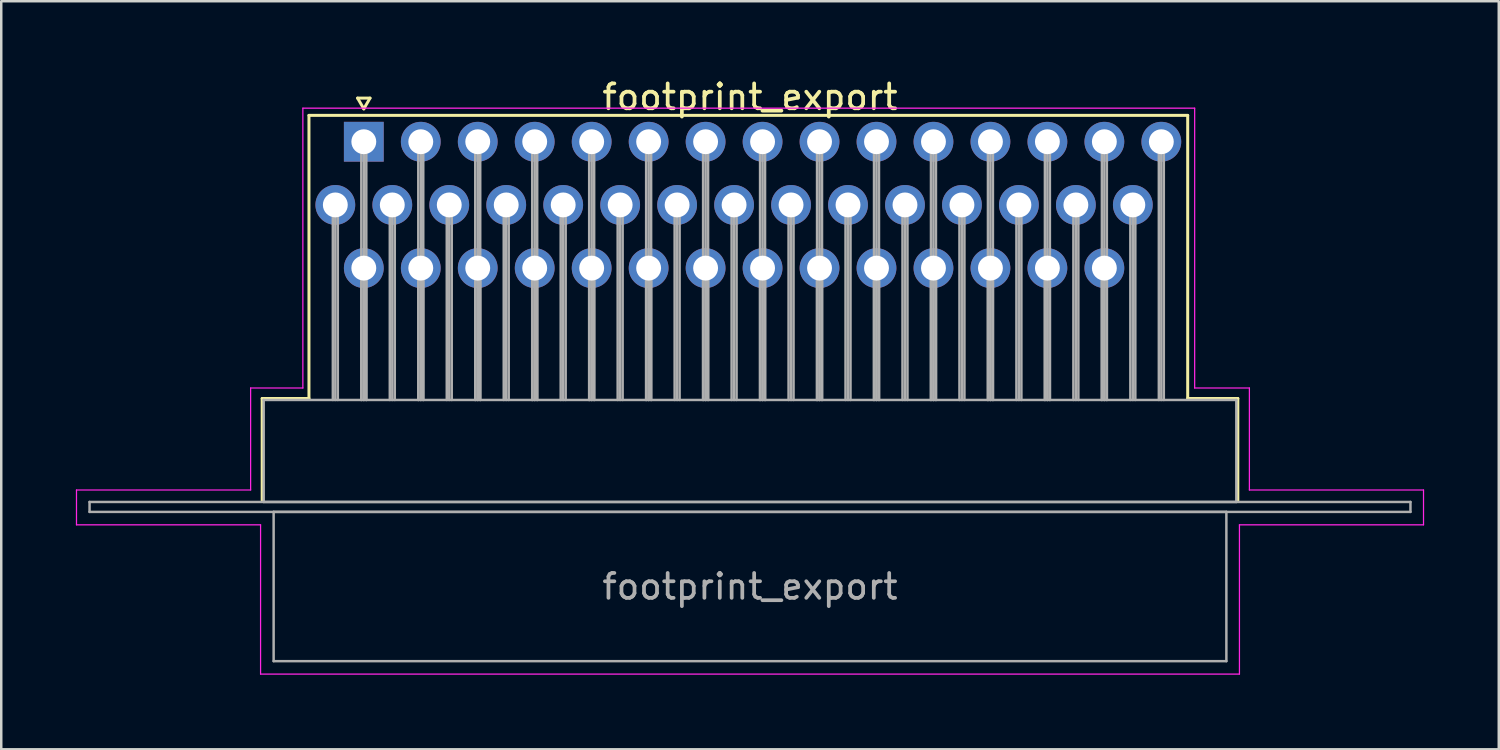
<source format=kicad_pcb>
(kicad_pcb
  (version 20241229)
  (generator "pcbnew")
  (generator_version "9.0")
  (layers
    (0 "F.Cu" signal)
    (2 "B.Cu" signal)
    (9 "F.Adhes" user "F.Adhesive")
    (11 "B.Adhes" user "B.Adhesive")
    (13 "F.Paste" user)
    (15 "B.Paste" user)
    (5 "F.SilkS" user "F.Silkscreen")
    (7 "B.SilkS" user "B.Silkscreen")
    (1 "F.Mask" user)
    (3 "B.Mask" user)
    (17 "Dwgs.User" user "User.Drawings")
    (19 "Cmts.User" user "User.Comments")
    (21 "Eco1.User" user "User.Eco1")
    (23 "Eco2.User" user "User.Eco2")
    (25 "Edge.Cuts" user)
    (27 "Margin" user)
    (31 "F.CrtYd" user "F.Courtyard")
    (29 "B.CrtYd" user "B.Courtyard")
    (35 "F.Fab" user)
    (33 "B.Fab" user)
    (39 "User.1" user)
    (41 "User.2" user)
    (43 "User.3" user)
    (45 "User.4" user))
  (footprint "footprint_export"
    (layer "F.Cu")
    (at 11.575 2.648)
    (property "Reference" "footprint_export" (at 15.525 -1.8 0) (layer "F.SilkS") (effects (font (size 1 1) (thickness 0.15))))
    (attr through_hole)
    (fp_line (start -4.085 10.32) (end -2.205 10.32) (stroke (width 0.12) (type solid)) (layer "F.SilkS"))
    (fp_line (start -4.085 14.42) (end -4.085 10.32) (stroke (width 0.12) (type solid)) (layer "F.SilkS"))
    (fp_line (start -2.205 -1.06) (end 33.12 -1.06) (stroke (width 0.12) (type solid)) (layer "F.SilkS"))
    (fp_line (start -2.205 10.32) (end -2.205 -1.06) (stroke (width 0.12) (type solid)) (layer "F.SilkS"))
    (fp_line (start -0.25 -1.754) (end 0.25 -1.754) (stroke (width 0.12) (type solid)) (layer "F.SilkS"))
    (fp_line (start 0 -1.321) (end -0.25 -1.754) (stroke (width 0.12) (type solid)) (layer "F.SilkS"))
    (fp_line (start 0.25 -1.754) (end 0 -1.321) (stroke (width 0.12) (type solid)) (layer "F.SilkS"))
    (fp_line (start 33.12 -1.06) (end 33.12 10.32) (stroke (width 0.12) (type solid)) (layer "F.SilkS"))
    (fp_line (start 33.12 10.32) (end 35.135 10.32) (stroke (width 0.12) (type solid)) (layer "F.SilkS"))
    (fp_line (start 35.135 10.32) (end 35.135 14.42) (stroke (width 0.12) (type solid)) (layer "F.SilkS"))
    (fp_line (start -11.55 14) (end -4.55 14) (stroke (width 0.05) (type solid)) (layer "F.CrtYd"))
    (fp_line (start -11.55 15.4) (end -11.55 14) (stroke (width 0.05) (type solid)) (layer "F.CrtYd"))
    (fp_line (start -4.55 9.9) (end -2.45 9.9) (stroke (width 0.05) (type solid)) (layer "F.CrtYd"))
    (fp_line (start -4.55 14) (end -4.55 9.9) (stroke (width 0.05) (type solid)) (layer "F.CrtYd"))
    (fp_line (start -4.15 15.4) (end -11.55 15.4) (stroke (width 0.05) (type solid)) (layer "F.CrtYd"))
    (fp_line (start -4.15 21.4) (end -4.15 15.4) (stroke (width 0.05) (type solid)) (layer "F.CrtYd"))
    (fp_line (start -2.45 -1.35) (end 33.4 -1.35) (stroke (width 0.05) (type solid)) (layer "F.CrtYd"))
    (fp_line (start -2.45 9.9) (end -2.45 -1.35) (stroke (width 0.05) (type solid)) (layer "F.CrtYd"))
    (fp_line (start 33.4 -1.35) (end 33.4 9.9) (stroke (width 0.05) (type solid)) (layer "F.CrtYd"))
    (fp_line (start 33.4 9.9) (end 35.6 9.9) (stroke (width 0.05) (type solid)) (layer "F.CrtYd"))
    (fp_line (start 35.2 15.4) (end 35.2 21.4) (stroke (width 0.05) (type solid)) (layer "F.CrtYd"))
    (fp_line (start 35.2 21.4) (end -4.15 21.4) (stroke (width 0.05) (type solid)) (layer "F.CrtYd"))
    (fp_line (start 35.6 9.9) (end 35.6 14) (stroke (width 0.05) (type solid)) (layer "F.CrtYd"))
    (fp_line (start 35.6 14) (end 42.6 14) (stroke (width 0.05) (type solid)) (layer "F.CrtYd"))
    (fp_line (start 42.6 14) (end 42.6 15.4) (stroke (width 0.05) (type solid)) (layer "F.CrtYd"))
    (fp_line (start 42.6 15.4) (end 35.2 15.4) (stroke (width 0.05) (type solid)) (layer "F.CrtYd"))
    (fp_line (start -11.025 14.48) (end -11.025 14.88) (stroke (width 0.1) (type solid)) (layer "F.Fab"))
    (fp_line (start -11.025 14.88) (end 42.075 14.88) (stroke (width 0.1) (type solid)) (layer "F.Fab"))
    (fp_line (start -4.025 10.38) (end -4.025 14.48) (stroke (width 0.1) (type solid)) (layer "F.Fab"))
    (fp_line (start -4.025 14.48) (end 35.075 14.48) (stroke (width 0.1) (type solid)) (layer "F.Fab"))
    (fp_line (start -3.625 14.88) (end -3.625 20.88) (stroke (width 0.1) (type solid)) (layer "F.Fab"))
    (fp_line (start -3.625 20.88) (end 34.675 20.88) (stroke (width 0.1) (type solid)) (layer "F.Fab"))
    (fp_line (start -1.245 2.54) (end -1.245 10.38) (stroke (width 0.1) (type solid)) (layer "F.Fab"))
    (fp_line (start -1.145 2.54) (end -1.145 10.38) (stroke (width 0.1) (type solid)) (layer "F.Fab"))
    (fp_line (start -1.045 2.54) (end -1.045 10.38) (stroke (width 0.1) (type solid)) (layer "F.Fab"))
    (fp_line (start -0.1 0) (end -0.1 10.38) (stroke (width 0.1) (type solid)) (layer "F.Fab"))
    (fp_line (start -0.1 5.08) (end -0.1 10.38) (stroke (width 0.1) (type solid)) (layer "F.Fab"))
    (fp_line (start 0 0) (end 0 10.38) (stroke (width 0.1) (type solid)) (layer "F.Fab"))
    (fp_line (start 0 5.08) (end 0 10.38) (stroke (width 0.1) (type solid)) (layer "F.Fab"))
    (fp_line (start 0.1 0) (end 0.1 10.38) (stroke (width 0.1) (type solid)) (layer "F.Fab"))
    (fp_line (start 0.1 5.08) (end 0.1 10.38) (stroke (width 0.1) (type solid)) (layer "F.Fab"))
    (fp_line (start 1.045 2.54) (end 1.045 10.38) (stroke (width 0.1) (type solid)) (layer "F.Fab"))
    (fp_line (start 1.145 2.54) (end 1.145 10.38) (stroke (width 0.1) (type solid)) (layer "F.Fab"))
    (fp_line (start 1.245 2.54) (end 1.245 10.38) (stroke (width 0.1) (type solid)) (layer "F.Fab"))
    (fp_line (start 2.19 0) (end 2.19 10.38) (stroke (width 0.1) (type solid)) (layer "F.Fab"))
    (fp_line (start 2.19 5.08) (end 2.19 10.38) (stroke (width 0.1) (type solid)) (layer "F.Fab"))
    (fp_line (start 2.29 0) (end 2.29 10.38) (stroke (width 0.1) (type solid)) (layer "F.Fab"))
    (fp_line (start 2.29 5.08) (end 2.29 10.38) (stroke (width 0.1) (type solid)) (layer "F.Fab"))
    (fp_line (start 2.39 0) (end 2.39 10.38) (stroke (width 0.1) (type solid)) (layer "F.Fab"))
    (fp_line (start 2.39 5.08) (end 2.39 10.38) (stroke (width 0.1) (type solid)) (layer "F.Fab"))
    (fp_line (start 3.335 2.54) (end 3.335 10.38) (stroke (width 0.1) (type solid)) (layer "F.Fab"))
    (fp_line (start 3.435 2.54) (end 3.435 10.38) (stroke (width 0.1) (type solid)) (layer "F.Fab"))
    (fp_line (start 3.535 2.54) (end 3.535 10.38) (stroke (width 0.1) (type solid)) (layer "F.Fab"))
    (fp_line (start 4.48 0) (end 4.48 10.38) (stroke (width 0.1) (type solid)) (layer "F.Fab"))
    (fp_line (start 4.48 5.08) (end 4.48 10.38) (stroke (width 0.1) (type solid)) (layer "F.Fab"))
    (fp_line (start 4.58 0) (end 4.58 10.38) (stroke (width 0.1) (type solid)) (layer "F.Fab"))
    (fp_line (start 4.58 5.08) (end 4.58 10.38) (stroke (width 0.1) (type solid)) (layer "F.Fab"))
    (fp_line (start 4.68 0) (end 4.68 10.38) (stroke (width 0.1) (type solid)) (layer "F.Fab"))
    (fp_line (start 4.68 5.08) (end 4.68 10.38) (stroke (width 0.1) (type solid)) (layer "F.Fab"))
    (fp_line (start 5.625 2.54) (end 5.625 10.38) (stroke (width 0.1) (type solid)) (layer "F.Fab"))
    (fp_line (start 5.725 2.54) (end 5.725 10.38) (stroke (width 0.1) (type solid)) (layer "F.Fab"))
    (fp_line (start 5.825 2.54) (end 5.825 10.38) (stroke (width 0.1) (type solid)) (layer "F.Fab"))
    (fp_line (start 6.77 0) (end 6.77 10.38) (stroke (width 0.1) (type solid)) (layer "F.Fab"))
    (fp_line (start 6.77 5.08) (end 6.77 10.38) (stroke (width 0.1) (type solid)) (layer "F.Fab"))
    (fp_line (start 6.87 0) (end 6.87 10.38) (stroke (width 0.1) (type solid)) (layer "F.Fab"))
    (fp_line (start 6.87 5.08) (end 6.87 10.38) (stroke (width 0.1) (type solid)) (layer "F.Fab"))
    (fp_line (start 6.97 0) (end 6.97 10.38) (stroke (width 0.1) (type solid)) (layer "F.Fab"))
    (fp_line (start 6.97 5.08) (end 6.97 10.38) (stroke (width 0.1) (type solid)) (layer "F.Fab"))
    (fp_line (start 7.915 2.54) (end 7.915 10.38) (stroke (width 0.1) (type solid)) (layer "F.Fab"))
    (fp_line (start 8.015 2.54) (end 8.015 10.38) (stroke (width 0.1) (type solid)) (layer "F.Fab"))
    (fp_line (start 8.115 2.54) (end 8.115 10.38) (stroke (width 0.1) (type solid)) (layer "F.Fab"))
    (fp_line (start 9.06 0) (end 9.06 10.38) (stroke (width 0.1) (type solid)) (layer "F.Fab"))
    (fp_line (start 9.06 5.08) (end 9.06 10.38) (stroke (width 0.1) (type solid)) (layer "F.Fab"))
    (fp_line (start 9.16 0) (end 9.16 10.38) (stroke (width 0.1) (type solid)) (layer "F.Fab"))
    (fp_line (start 9.16 5.08) (end 9.16 10.38) (stroke (width 0.1) (type solid)) (layer "F.Fab"))
    (fp_line (start 9.26 0) (end 9.26 10.38) (stroke (width 0.1) (type solid)) (layer "F.Fab"))
    (fp_line (start 9.26 5.08) (end 9.26 10.38) (stroke (width 0.1) (type solid)) (layer "F.Fab"))
    (fp_line (start 10.205 2.54) (end 10.205 10.38) (stroke (width 0.1) (type solid)) (layer "F.Fab"))
    (fp_line (start 10.305 2.54) (end 10.305 10.38) (stroke (width 0.1) (type solid)) (layer "F.Fab"))
    (fp_line (start 10.405 2.54) (end 10.405 10.38) (stroke (width 0.1) (type solid)) (layer "F.Fab"))
    (fp_line (start 11.35 0) (end 11.35 10.38) (stroke (width 0.1) (type solid)) (layer "F.Fab"))
    (fp_line (start 11.35 5.08) (end 11.35 10.38) (stroke (width 0.1) (type solid)) (layer "F.Fab"))
    (fp_line (start 11.45 0) (end 11.45 10.38) (stroke (width 0.1) (type solid)) (layer "F.Fab"))
    (fp_line (start 11.45 5.08) (end 11.45 10.38) (stroke (width 0.1) (type solid)) (layer "F.Fab"))
    (fp_line (start 11.55 0) (end 11.55 10.38) (stroke (width 0.1) (type solid)) (layer "F.Fab"))
    (fp_line (start 11.55 5.08) (end 11.55 10.38) (stroke (width 0.1) (type solid)) (layer "F.Fab"))
    (fp_line (start 12.495 2.54) (end 12.495 10.38) (stroke (width 0.1) (type solid)) (layer "F.Fab"))
    (fp_line (start 12.595 2.54) (end 12.595 10.38) (stroke (width 0.1) (type solid)) (layer "F.Fab"))
    (fp_line (start 12.695 2.54) (end 12.695 10.38) (stroke (width 0.1) (type solid)) (layer "F.Fab"))
    (fp_line (start 13.64 0) (end 13.64 10.38) (stroke (width 0.1) (type solid)) (layer "F.Fab"))
    (fp_line (start 13.64 5.08) (end 13.64 10.38) (stroke (width 0.1) (type solid)) (layer "F.Fab"))
    (fp_line (start 13.74 0) (end 13.74 10.38) (stroke (width 0.1) (type solid)) (layer "F.Fab"))
    (fp_line (start 13.74 5.08) (end 13.74 10.38) (stroke (width 0.1) (type solid)) (layer "F.Fab"))
    (fp_line (start 13.84 0) (end 13.84 10.38) (stroke (width 0.1) (type solid)) (layer "F.Fab"))
    (fp_line (start 13.84 5.08) (end 13.84 10.38) (stroke (width 0.1) (type solid)) (layer "F.Fab"))
    (fp_line (start 14.785 2.54) (end 14.785 10.38) (stroke (width 0.1) (type solid)) (layer "F.Fab"))
    (fp_line (start 14.885 2.54) (end 14.885 10.38) (stroke (width 0.1) (type solid)) (layer "F.Fab"))
    (fp_line (start 14.985 2.54) (end 14.985 10.38) (stroke (width 0.1) (type solid)) (layer "F.Fab"))
    (fp_line (start 15.93 0) (end 15.93 10.38) (stroke (width 0.1) (type solid)) (layer "F.Fab"))
    (fp_line (start 15.93 5.08) (end 15.93 10.38) (stroke (width 0.1) (type solid)) (layer "F.Fab"))
    (fp_line (start 16.03 0) (end 16.03 10.38) (stroke (width 0.1) (type solid)) (layer "F.Fab"))
    (fp_line (start 16.03 5.08) (end 16.03 10.38) (stroke (width 0.1) (type solid)) (layer "F.Fab"))
    (fp_line (start 16.13 0) (end 16.13 10.38) (stroke (width 0.1) (type solid)) (layer "F.Fab"))
    (fp_line (start 16.13 5.08) (end 16.13 10.38) (stroke (width 0.1) (type solid)) (layer "F.Fab"))
    (fp_line (start 17.075 2.54) (end 17.075 10.38) (stroke (width 0.1) (type solid)) (layer "F.Fab"))
    (fp_line (start 17.175 2.54) (end 17.175 10.38) (stroke (width 0.1) (type solid)) (layer "F.Fab"))
    (fp_line (start 17.275 2.54) (end 17.275 10.38) (stroke (width 0.1) (type solid)) (layer "F.Fab"))
    (fp_line (start 18.22 0) (end 18.22 10.38) (stroke (width 0.1) (type solid)) (layer "F.Fab"))
    (fp_line (start 18.22 5.08) (end 18.22 10.38) (stroke (width 0.1) (type solid)) (layer "F.Fab"))
    (fp_line (start 18.32 0) (end 18.32 10.38) (stroke (width 0.1) (type solid)) (layer "F.Fab"))
    (fp_line (start 18.32 5.08) (end 18.32 10.38) (stroke (width 0.1) (type solid)) (layer "F.Fab"))
    (fp_line (start 18.42 0) (end 18.42 10.38) (stroke (width 0.1) (type solid)) (layer "F.Fab"))
    (fp_line (start 18.42 5.08) (end 18.42 10.38) (stroke (width 0.1) (type solid)) (layer "F.Fab"))
    (fp_line (start 19.365 2.54) (end 19.365 10.38) (stroke (width 0.1) (type solid)) (layer "F.Fab"))
    (fp_line (start 19.465 2.54) (end 19.465 10.38) (stroke (width 0.1) (type solid)) (layer "F.Fab"))
    (fp_line (start 19.565 2.54) (end 19.565 10.38) (stroke (width 0.1) (type solid)) (layer "F.Fab"))
    (fp_line (start 20.51 0) (end 20.51 10.38) (stroke (width 0.1) (type solid)) (layer "F.Fab"))
    (fp_line (start 20.51 5.08) (end 20.51 10.38) (stroke (width 0.1) (type solid)) (layer "F.Fab"))
    (fp_line (start 20.61 0) (end 20.61 10.38) (stroke (width 0.1) (type solid)) (layer "F.Fab"))
    (fp_line (start 20.61 5.08) (end 20.61 10.38) (stroke (width 0.1) (type solid)) (layer "F.Fab"))
    (fp_line (start 20.71 0) (end 20.71 10.38) (stroke (width 0.1) (type solid)) (layer "F.Fab"))
    (fp_line (start 20.71 5.08) (end 20.71 10.38) (stroke (width 0.1) (type solid)) (layer "F.Fab"))
    (fp_line (start 21.655 2.54) (end 21.655 10.38) (stroke (width 0.1) (type solid)) (layer "F.Fab"))
    (fp_line (start 21.755 2.54) (end 21.755 10.38) (stroke (width 0.1) (type solid)) (layer "F.Fab"))
    (fp_line (start 21.855 2.54) (end 21.855 10.38) (stroke (width 0.1) (type solid)) (layer "F.Fab"))
    (fp_line (start 22.8 0) (end 22.8 10.38) (stroke (width 0.1) (type solid)) (layer "F.Fab"))
    (fp_line (start 22.8 5.08) (end 22.8 10.38) (stroke (width 0.1) (type solid)) (layer "F.Fab"))
    (fp_line (start 22.9 0) (end 22.9 10.38) (stroke (width 0.1) (type solid)) (layer "F.Fab"))
    (fp_line (start 22.9 5.08) (end 22.9 10.38) (stroke (width 0.1) (type solid)) (layer "F.Fab"))
    (fp_line (start 23 0) (end 23 10.38) (stroke (width 0.1) (type solid)) (layer "F.Fab"))
    (fp_line (start 23 5.08) (end 23 10.38) (stroke (width 0.1) (type solid)) (layer "F.Fab"))
    (fp_line (start 23.945 2.54) (end 23.945 10.38) (stroke (width 0.1) (type solid)) (layer "F.Fab"))
    (fp_line (start 24.045 2.54) (end 24.045 10.38) (stroke (width 0.1) (type solid)) (layer "F.Fab"))
    (fp_line (start 24.145 2.54) (end 24.145 10.38) (stroke (width 0.1) (type solid)) (layer "F.Fab"))
    (fp_line (start 25.09 0) (end 25.09 10.38) (stroke (width 0.1) (type solid)) (layer "F.Fab"))
    (fp_line (start 25.09 5.08) (end 25.09 10.38) (stroke (width 0.1) (type solid)) (layer "F.Fab"))
    (fp_line (start 25.19 0) (end 25.19 10.38) (stroke (width 0.1) (type solid)) (layer "F.Fab"))
    (fp_line (start 25.19 5.08) (end 25.19 10.38) (stroke (width 0.1) (type solid)) (layer "F.Fab"))
    (fp_line (start 25.29 0) (end 25.29 10.38) (stroke (width 0.1) (type solid)) (layer "F.Fab"))
    (fp_line (start 25.29 5.08) (end 25.29 10.38) (stroke (width 0.1) (type solid)) (layer "F.Fab"))
    (fp_line (start 26.235 2.54) (end 26.235 10.38) (stroke (width 0.1) (type solid)) (layer "F.Fab"))
    (fp_line (start 26.335 2.54) (end 26.335 10.38) (stroke (width 0.1) (type solid)) (layer "F.Fab"))
    (fp_line (start 26.435 2.54) (end 26.435 10.38) (stroke (width 0.1) (type solid)) (layer "F.Fab"))
    (fp_line (start 27.38 0) (end 27.38 10.38) (stroke (width 0.1) (type solid)) (layer "F.Fab"))
    (fp_line (start 27.38 5.08) (end 27.38 10.38) (stroke (width 0.1) (type solid)) (layer "F.Fab"))
    (fp_line (start 27.48 0) (end 27.48 10.38) (stroke (width 0.1) (type solid)) (layer "F.Fab"))
    (fp_line (start 27.48 5.08) (end 27.48 10.38) (stroke (width 0.1) (type solid)) (layer "F.Fab"))
    (fp_line (start 27.58 0) (end 27.58 10.38) (stroke (width 0.1) (type solid)) (layer "F.Fab"))
    (fp_line (start 27.58 5.08) (end 27.58 10.38) (stroke (width 0.1) (type solid)) (layer "F.Fab"))
    (fp_line (start 28.525 2.54) (end 28.525 10.38) (stroke (width 0.1) (type solid)) (layer "F.Fab"))
    (fp_line (start 28.625 2.54) (end 28.625 10.38) (stroke (width 0.1) (type solid)) (layer "F.Fab"))
    (fp_line (start 28.725 2.54) (end 28.725 10.38) (stroke (width 0.1) (type solid)) (layer "F.Fab"))
    (fp_line (start 29.67 0) (end 29.67 10.38) (stroke (width 0.1) (type solid)) (layer "F.Fab"))
    (fp_line (start 29.67 5.08) (end 29.67 10.38) (stroke (width 0.1) (type solid)) (layer "F.Fab"))
    (fp_line (start 29.77 0) (end 29.77 10.38) (stroke (width 0.1) (type solid)) (layer "F.Fab"))
    (fp_line (start 29.77 5.08) (end 29.77 10.38) (stroke (width 0.1) (type solid)) (layer "F.Fab"))
    (fp_line (start 29.87 0) (end 29.87 10.38) (stroke (width 0.1) (type solid)) (layer "F.Fab"))
    (fp_line (start 29.87 5.08) (end 29.87 10.38) (stroke (width 0.1) (type solid)) (layer "F.Fab"))
    (fp_line (start 30.815 2.54) (end 30.815 10.38) (stroke (width 0.1) (type solid)) (layer "F.Fab"))
    (fp_line (start 30.915 2.54) (end 30.915 10.38) (stroke (width 0.1) (type solid)) (layer "F.Fab"))
    (fp_line (start 31.015 2.54) (end 31.015 10.38) (stroke (width 0.1) (type solid)) (layer "F.Fab"))
    (fp_line (start 31.96 0) (end 31.96 10.38) (stroke (width 0.1) (type solid)) (layer "F.Fab"))
    (fp_line (start 32.06 0) (end 32.06 10.38) (stroke (width 0.1) (type solid)) (layer "F.Fab"))
    (fp_line (start 32.16 0) (end 32.16 10.38) (stroke (width 0.1) (type solid)) (layer "F.Fab"))
    (fp_line (start 34.675 14.88) (end -3.625 14.88) (stroke (width 0.1) (type solid)) (layer "F.Fab"))
    (fp_line (start 34.675 20.88) (end 34.675 14.88) (stroke (width 0.1) (type solid)) (layer "F.Fab"))
    (fp_line (start 35.075 10.38) (end -4.025 10.38) (stroke (width 0.1) (type solid)) (layer "F.Fab"))
    (fp_line (start 35.075 14.48) (end 35.075 10.38) (stroke (width 0.1) (type solid)) (layer "F.Fab"))
    (fp_line (start 42.075 14.48) (end -11.025 14.48) (stroke (width 0.1) (type solid)) (layer "F.Fab"))
    (fp_line (start 42.075 14.88) (end 42.075 14.48) (stroke (width 0.1) (type solid)) (layer "F.Fab"))
    (fp_text user "${REFERENCE}" (at 15.525 17.88 0) (layer "F.Fab") (effects (font (size 1 1) (thickness 0.15))))
    (pad "1" thru_hole rect (at 0 0) (size 1.6 1.6) (drill 1) (layers "*.Cu" "*.Mask"))
    (pad "2" thru_hole circle (at 2.29 0) (size 1.6 1.6) (drill 1) (layers "*.Cu" "*.Mask"))
    (pad "3" thru_hole circle (at 4.58 0) (size 1.6 1.6) (drill 1) (layers "*.Cu" "*.Mask"))
    (pad "4" thru_hole circle (at 6.87 0) (size 1.6 1.6) (drill 1) (layers "*.Cu" "*.Mask"))
    (pad "5" thru_hole circle (at 9.16 0) (size 1.6 1.6) (drill 1) (layers "*.Cu" "*.Mask"))
    (pad "6" thru_hole circle (at 11.45 0) (size 1.6 1.6) (drill 1) (layers "*.Cu" "*.Mask"))
    (pad "7" thru_hole circle (at 13.74 0) (size 1.6 1.6) (drill 1) (layers "*.Cu" "*.Mask"))
    (pad "8" thru_hole circle (at 16.03 0) (size 1.6 1.6) (drill 1) (layers "*.Cu" "*.Mask"))
    (pad "9" thru_hole circle (at 18.32 0) (size 1.6 1.6) (drill 1) (layers "*.Cu" "*.Mask"))
    (pad "10" thru_hole circle (at 20.61 0) (size 1.6 1.6) (drill 1) (layers "*.Cu" "*.Mask"))
    (pad "11" thru_hole circle (at 22.9 0) (size 1.6 1.6) (drill 1) (layers "*.Cu" "*.Mask"))
    (pad "12" thru_hole circle (at 25.19 0) (size 1.6 1.6) (drill 1) (layers "*.Cu" "*.Mask"))
    (pad "13" thru_hole circle (at 27.48 0) (size 1.6 1.6) (drill 1) (layers "*.Cu" "*.Mask"))
    (pad "14" thru_hole circle (at 29.77 0) (size 1.6 1.6) (drill 1) (layers "*.Cu" "*.Mask"))
    (pad "15" thru_hole circle (at 32.06 0) (size 1.6 1.6) (drill 1) (layers "*.Cu" "*.Mask"))
    (pad "16" thru_hole circle (at -1.145 2.54) (size 1.6 1.6) (drill 1) (layers "*.Cu" "*.Mask"))
    (pad "17" thru_hole circle (at 1.145 2.54) (size 1.6 1.6) (drill 1) (layers "*.Cu" "*.Mask"))
    (pad "18" thru_hole circle (at 3.435 2.54) (size 1.6 1.6) (drill 1) (layers "*.Cu" "*.Mask"))
    (pad "19" thru_hole circle (at 5.725 2.54) (size 1.6 1.6) (drill 1) (layers "*.Cu" "*.Mask"))
    (pad "20" thru_hole circle (at 8.015 2.54) (size 1.6 1.6) (drill 1) (layers "*.Cu" "*.Mask"))
    (pad "21" thru_hole circle (at 10.305 2.54) (size 1.6 1.6) (drill 1) (layers "*.Cu" "*.Mask"))
    (pad "22" thru_hole circle (at 12.595 2.54) (size 1.6 1.6) (drill 1) (layers "*.Cu" "*.Mask"))
    (pad "23" thru_hole circle (at 14.885 2.54) (size 1.6 1.6) (drill 1) (layers "*.Cu" "*.Mask"))
    (pad "24" thru_hole circle (at 17.175 2.54) (size 1.6 1.6) (drill 1) (layers "*.Cu" "*.Mask"))
    (pad "25" thru_hole circle (at 19.465 2.54) (size 1.6 1.6) (drill 1) (layers "*.Cu" "*.Mask"))
    (pad "26" thru_hole circle (at 21.755 2.54) (size 1.6 1.6) (drill 1) (layers "*.Cu" "*.Mask"))
    (pad "27" thru_hole circle (at 24.045 2.54) (size 1.6 1.6) (drill 1) (layers "*.Cu" "*.Mask"))
    (pad "28" thru_hole circle (at 26.335 2.54) (size 1.6 1.6) (drill 1) (layers "*.Cu" "*.Mask"))
    (pad "29" thru_hole circle (at 28.625 2.54) (size 1.6 1.6) (drill 1) (layers "*.Cu" "*.Mask"))
    (pad "30" thru_hole circle (at 30.915 2.54) (size 1.6 1.6) (drill 1) (layers "*.Cu" "*.Mask"))
    (pad "31" thru_hole circle (at 0 5.08) (size 1.6 1.6) (drill 1) (layers "*.Cu" "*.Mask"))
    (pad "32" thru_hole circle (at 2.29 5.08) (size 1.6 1.6) (drill 1) (layers "*.Cu" "*.Mask"))
    (pad "33" thru_hole circle (at 4.58 5.08) (size 1.6 1.6) (drill 1) (layers "*.Cu" "*.Mask"))
    (pad "34" thru_hole circle (at 6.87 5.08) (size 1.6 1.6) (drill 1) (layers "*.Cu" "*.Mask"))
    (pad "35" thru_hole circle (at 9.16 5.08) (size 1.6 1.6) (drill 1) (layers "*.Cu" "*.Mask"))
    (pad "36" thru_hole circle (at 11.45 5.08) (size 1.6 1.6) (drill 1) (layers "*.Cu" "*.Mask"))
    (pad "37" thru_hole circle (at 13.74 5.08) (size 1.6 1.6) (drill 1) (layers "*.Cu" "*.Mask"))
    (pad "38" thru_hole circle (at 16.03 5.08) (size 1.6 1.6) (drill 1) (layers "*.Cu" "*.Mask"))
    (pad "39" thru_hole circle (at 18.32 5.08) (size 1.6 1.6) (drill 1) (layers "*.Cu" "*.Mask"))
    (pad "40" thru_hole circle (at 20.61 5.08) (size 1.6 1.6) (drill 1) (layers "*.Cu" "*.Mask"))
    (pad "41" thru_hole circle (at 22.9 5.08) (size 1.6 1.6) (drill 1) (layers "*.Cu" "*.Mask"))
    (pad "42" thru_hole circle (at 25.19 5.08) (size 1.6 1.6) (drill 1) (layers "*.Cu" "*.Mask"))
    (pad "43" thru_hole circle (at 27.48 5.08) (size 1.6 1.6) (drill 1) (layers "*.Cu" "*.Mask"))
    (pad "44" thru_hole circle (at 29.77 5.08) (size 1.6 1.6) (drill 1) (layers "*.Cu" "*.Mask")))
  (gr_rect
    (start -3 -3)
    (end 57.2 27.073)
    (stroke (width 0.1) (type default))
    (fill no)
    (layer "Edge.Cuts")))
</source>
